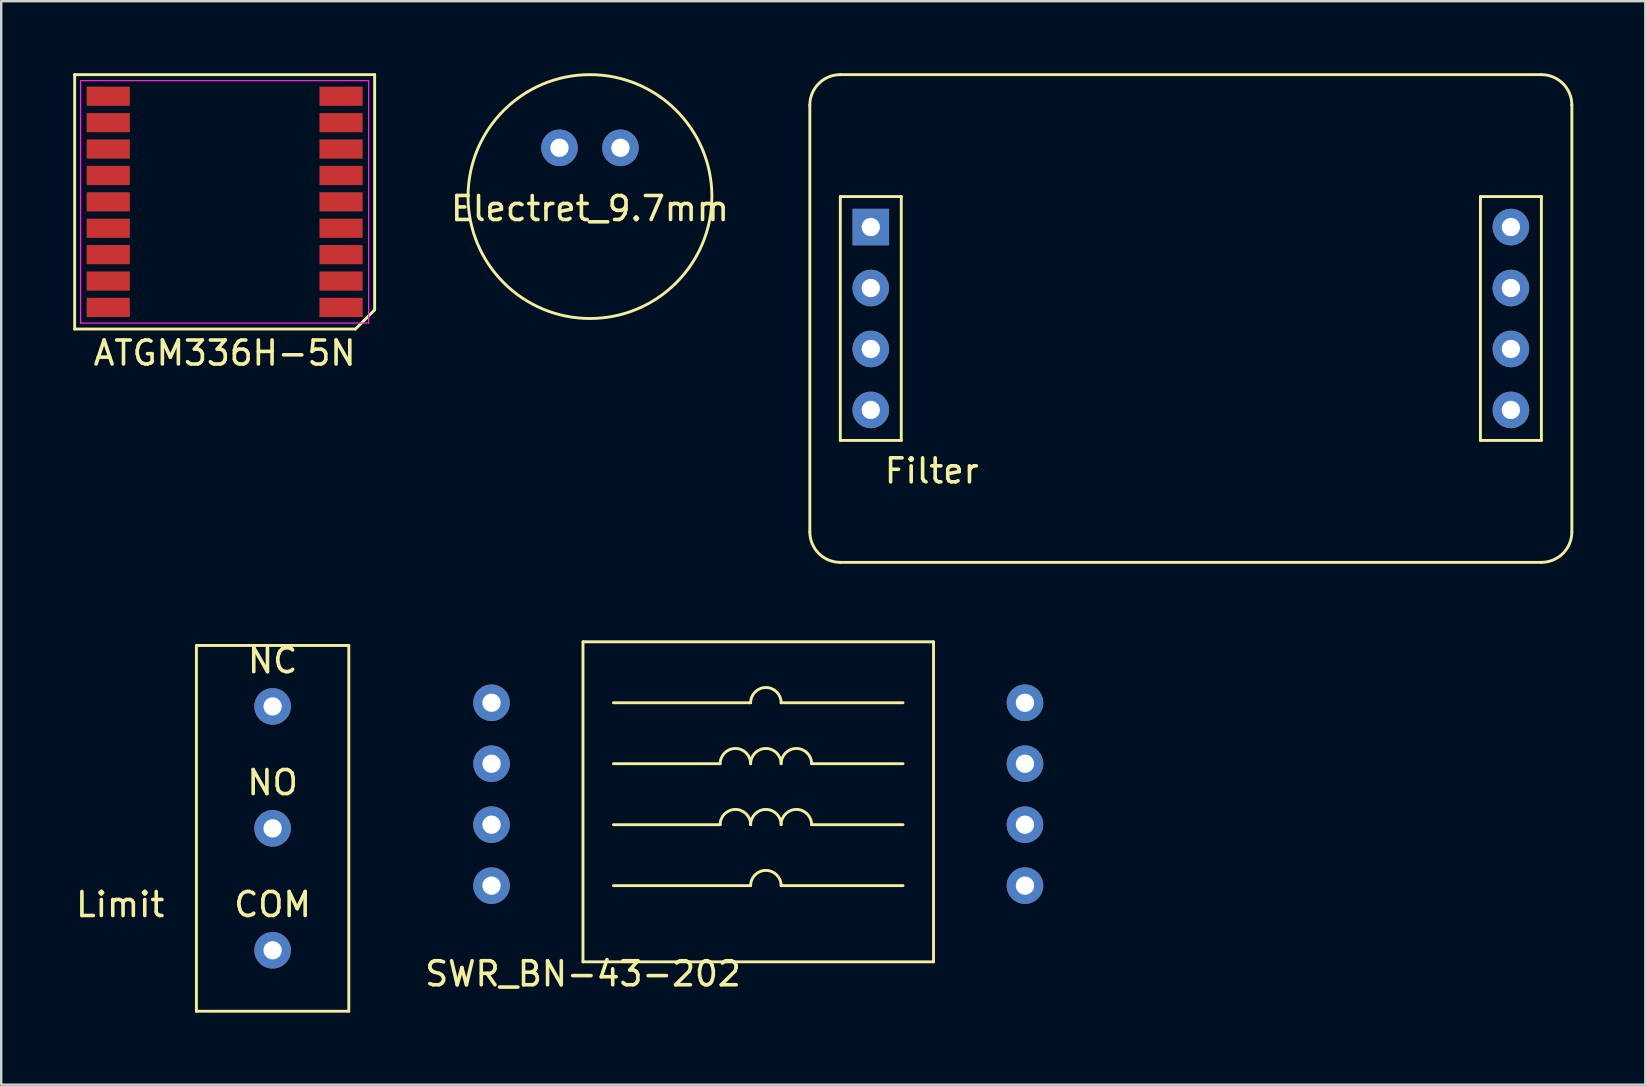
<source format=kicad_pcb>
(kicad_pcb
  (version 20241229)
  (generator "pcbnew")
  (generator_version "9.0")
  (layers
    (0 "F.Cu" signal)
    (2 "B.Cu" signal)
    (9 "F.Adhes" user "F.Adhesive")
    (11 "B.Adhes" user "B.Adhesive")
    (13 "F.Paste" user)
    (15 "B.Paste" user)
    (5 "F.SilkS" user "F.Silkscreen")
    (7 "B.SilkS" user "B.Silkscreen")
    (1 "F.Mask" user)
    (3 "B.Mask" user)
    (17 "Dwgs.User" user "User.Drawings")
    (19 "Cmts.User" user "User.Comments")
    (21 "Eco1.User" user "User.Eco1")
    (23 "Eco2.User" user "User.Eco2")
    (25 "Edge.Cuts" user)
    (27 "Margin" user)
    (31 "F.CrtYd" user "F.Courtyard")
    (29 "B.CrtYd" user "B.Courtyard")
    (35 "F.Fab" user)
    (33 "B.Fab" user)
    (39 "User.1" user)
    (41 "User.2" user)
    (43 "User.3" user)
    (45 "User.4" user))
  (footprint "Filter"
    (layer "F.Cu")
    (at 30.691 20.38)
    (property "Reference" "Filter" (at 5.08 -3.81 0) (layer "F.SilkS") (effects (font (size 1 1) (thickness 0.15))))
    (attr through_hole)
    (fp_line (start 0 -1.27) (end 0 -19.05) (stroke (width 0.12) (type solid)) (layer "F.SilkS"))
    (fp_line (start 1.27 -20.32) (end 30.48 -20.32) (stroke (width 0.12) (type solid)) (layer "F.SilkS"))
    (fp_line (start 1.27 -15.24) (end 1.27 -5.08) (stroke (width 0.12) (type solid)) (layer "F.SilkS"))
    (fp_line (start 1.27 -15.24) (end 3.81 -15.24) (stroke (width 0.12) (type solid)) (layer "F.SilkS"))
    (fp_line (start 3.81 -15.24) (end 3.81 -5.08) (stroke (width 0.12) (type solid)) (layer "F.SilkS"))
    (fp_line (start 3.81 -5.08) (end 1.27 -5.08) (stroke (width 0.12) (type solid)) (layer "F.SilkS"))
    (fp_line (start 27.94 -15.24) (end 30.48 -15.24) (stroke (width 0.12) (type solid)) (layer "F.SilkS"))
    (fp_line (start 27.94 -5.08) (end 27.94 -15.24) (stroke (width 0.12) (type solid)) (layer "F.SilkS"))
    (fp_line (start 30.48 -15.24) (end 30.48 -5.08) (stroke (width 0.12) (type solid)) (layer "F.SilkS"))
    (fp_line (start 30.48 -5.08) (end 27.94 -5.08) (stroke (width 0.12) (type solid)) (layer "F.SilkS"))
    (fp_line (start 30.48 0) (end 1.27 0) (stroke (width 0.12) (type solid)) (layer "F.SilkS"))
    (fp_line (start 31.75 -19.05) (end 31.75 -1.27) (stroke (width 0.12) (type solid)) (layer "F.SilkS"))
    (fp_arc (start 0 -19.05) (mid 0.371974 -19.948026) (end 1.27 -20.32) (stroke (width 0.12) (type solid)) (layer "F.SilkS"))
    (fp_arc (start 1.27 0) (mid 0.371974 -0.371974) (end 0 -1.27) (stroke (width 0.12) (type solid)) (layer "F.SilkS"))
    (fp_arc (start 30.48 -20.32) (mid 31.378026 -19.948026) (end 31.75 -19.05) (stroke (width 0.12) (type solid)) (layer "F.SilkS"))
    (fp_arc (start 31.75 -1.27) (mid 31.378026 -0.371974) (end 30.48 0) (stroke (width 0.12) (type solid)) (layer "F.SilkS"))
    (pad "1" thru_hole rect (at 2.54 -13.97) (size 1.524 1.524) (drill 0.762) (layers "*.Cu" "*.Mask"))
    (pad "2" thru_hole circle (at 29.21 -13.97) (size 1.524 1.524) (drill 0.762) (layers "*.Cu" "*.Mask"))
    (pad "3" thru_hole circle (at 2.54 -11.43) (size 1.524 1.524) (drill 0.762) (layers "*.Cu" "*.Mask"))
    (pad "3" thru_hole circle (at 2.54 -8.89) (size 1.524 1.524) (drill 0.762) (layers "*.Cu" "*.Mask"))
    (pad "3" thru_hole circle (at 2.54 -6.35) (size 1.524 1.524) (drill 0.762) (layers "*.Cu" "*.Mask"))
    (pad "3" thru_hole circle (at 29.21 -11.43) (size 1.524 1.524) (drill 0.762) (layers "*.Cu" "*.Mask"))
    (pad "3" thru_hole circle (at 29.21 -8.89) (size 1.524 1.524) (drill 0.762) (layers "*.Cu" "*.Mask"))
    (pad "3" thru_hole circle (at 29.21 -6.35) (size 1.524 1.524) (drill 0.762) (layers "*.Cu" "*.Mask")))
  (footprint "ATGM336H-5N"
    (layer "F.Cu")
    (at 6.183 5.741)
    (property "Reference" "ATGM336H-5N" (at 0.127 5.919 180) (layer "F.SilkS") (effects (font (size 1 1) (thickness 0.15))))
    (attr smd)
    (fp_line (start -6.123 -5.681) (end 6.377 -5.681) (stroke (width 0.12) (type solid)) (layer "F.SilkS"))
    (fp_line (start -6.123 4.919) (end -6.123 -5.681) (stroke (width 0.12) (type solid)) (layer "F.SilkS"))
    (fp_line (start 5.577 4.919) (end -6.123 4.919) (stroke (width 0.12) (type solid)) (layer "F.SilkS"))
    (fp_line (start 6.377 -5.681) (end 6.377 4.119) (stroke (width 0.12) (type solid)) (layer "F.SilkS"))
    (fp_line (start 6.377 4.119) (end 5.577 4.919) (stroke (width 0.12) (type solid)) (layer "F.SilkS"))
    (fp_line (start -5.873 -5.431) (end 6.127 -5.431) (stroke (width 0.05) (type solid)) (layer "F.CrtYd"))
    (fp_line (start -5.873 4.669) (end -5.873 -5.431) (stroke (width 0.05) (type solid)) (layer "F.CrtYd"))
    (fp_line (start 6.127 -5.431) (end 6.127 4.669) (stroke (width 0.05) (type solid)) (layer "F.CrtYd"))
    (fp_line (start 6.127 4.669) (end -5.873 4.669) (stroke (width 0.05) (type solid)) (layer "F.CrtYd"))
    (pad "1" smd rect (at 4.977 4.019 90) (size 0.8 1.8) (layers "F.Cu" "F.Mask" "F.Paste"))
    (pad "2" smd rect (at 4.977 2.919 90) (size 0.8 1.8) (layers "F.Cu" "F.Mask" "F.Paste"))
    (pad "3" smd rect (at 4.977 1.819 90) (size 0.8 1.8) (layers "F.Cu" "F.Mask" "F.Paste"))
    (pad "4" smd rect (at 4.977 0.719 90) (size 0.8 1.8) (layers "F.Cu" "F.Mask" "F.Paste"))
    (pad "5" smd rect (at 4.977 -0.381 90) (size 0.8 1.8) (layers "F.Cu" "F.Mask" "F.Paste"))
    (pad "6" smd rect (at 4.977 -1.481 90) (size 0.8 1.8) (layers "F.Cu" "F.Mask" "F.Paste"))
    (pad "7" smd rect (at 4.977 -2.581 90) (size 0.8 1.8) (layers "F.Cu" "F.Mask" "F.Paste"))
    (pad "8" smd rect (at 4.977 -3.681 90) (size 0.8 1.8) (layers "F.Cu" "F.Mask" "F.Paste"))
    (pad "9" smd rect (at 4.977 -4.781 90) (size 0.8 1.8) (layers "F.Cu" "F.Mask" "F.Paste"))
    (pad "10" smd rect (at -4.723 -4.781 90) (size 0.8 1.8) (layers "F.Cu" "F.Mask" "F.Paste"))
    (pad "11" smd rect (at -4.723 -3.681 90) (size 0.8 1.8) (layers "F.Cu" "F.Mask" "F.Paste"))
    (pad "12" smd rect (at -4.723 -2.581 90) (size 0.8 1.8) (layers "F.Cu" "F.Mask" "F.Paste"))
    (pad "13" smd rect (at -4.723 -1.481 90) (size 0.8 1.8) (layers "F.Cu" "F.Mask" "F.Paste"))
    (pad "14" smd rect (at -4.723 -0.381 90) (size 0.8 1.8) (layers "F.Cu" "F.Mask" "F.Paste"))
    (pad "15" smd rect (at -4.723 0.719 90) (size 0.8 1.8) (layers "F.Cu" "F.Mask" "F.Paste"))
    (pad "16" smd rect (at -4.723 1.819 90) (size 0.8 1.8) (layers "F.Cu" "F.Mask" "F.Paste"))
    (pad "17" smd rect (at -4.723 2.919 90) (size 0.8 1.8) (layers "F.Cu" "F.Mask" "F.Paste"))
    (pad "18" smd rect (at -4.723 4.019 90) (size 0.8 1.8) (layers "F.Cu" "F.Mask" "F.Paste")))
  (footprint "Electret_9.7mm"
    (layer "F.Cu")
    (at 21.531 5.14)
    (property "Reference" "Electret_9.7mm" (at 0 0.5 0) (layer "F.SilkS") (effects (font (size 1 1) (thickness 0.15))))
    (attr through_hole)
    (fp_circle (center 0 0) (end 5.08 0) (stroke (width 0.12) (type solid)) (fill no) (layer "F.SilkS"))
    (pad "1" thru_hole circle (at -1.27 -2.032) (size 1.524 1.524) (drill 0.762) (layers "*.Cu" "*.Mask"))
    (pad "2" thru_hole circle (at 1.27 -2.032) (size 1.524 1.524) (drill 0.762) (layers "*.Cu" "*.Mask")))
  (footprint "SWR_BN-43-202"
    (layer "F.Cu")
    (at 21.24 37.025)
    (property "Reference" "SWR_BN-43-202" (at 0 0.5 0) (layer "F.SilkS") (effects (font (size 1 1) (thickness 0.15))))
    (attr through_hole)
    (fp_line (start 0 -13.335) (end 0 0) (stroke (width 0.12) (type solid)) (layer "F.SilkS"))
    (fp_line (start 0 0) (end 14.605 0) (stroke (width 0.12) (type solid)) (layer "F.SilkS"))
    (fp_line (start 1.27 -10.795) (end 6.985 -10.795) (stroke (width 0.12) (type solid)) (layer "F.SilkS"))
    (fp_line (start 1.27 -8.255) (end 5.715 -8.255) (stroke (width 0.12) (type solid)) (layer "F.SilkS"))
    (fp_line (start 1.27 -5.715) (end 5.715 -5.715) (stroke (width 0.12) (type solid)) (layer "F.SilkS"))
    (fp_line (start 1.27 -3.175) (end 6.985 -3.175) (stroke (width 0.12) (type solid)) (layer "F.SilkS"))
    (fp_line (start 8.255 -10.795) (end 13.335 -10.795) (stroke (width 0.12) (type solid)) (layer "F.SilkS"))
    (fp_line (start 8.255 -3.175) (end 13.335 -3.175) (stroke (width 0.12) (type solid)) (layer "F.SilkS"))
    (fp_line (start 9.525 -8.255) (end 13.335 -8.255) (stroke (width 0.12) (type solid)) (layer "F.SilkS"))
    (fp_line (start 9.525 -5.715) (end 13.335 -5.715) (stroke (width 0.12) (type solid)) (layer "F.SilkS"))
    (fp_line (start 14.605 -13.335) (end 0 -13.335) (stroke (width 0.12) (type solid)) (layer "F.SilkS"))
    (fp_line (start 14.605 0) (end 14.605 -13.335) (stroke (width 0.12) (type solid)) (layer "F.SilkS"))
    (fp_arc (start 5.715 -8.255) (mid 6.35 -8.89) (end 6.985 -8.255) (stroke (width 0.12) (type solid)) (layer "F.SilkS"))
    (fp_arc (start 5.715 -5.715) (mid 6.35 -6.35) (end 6.985 -5.715) (stroke (width 0.12) (type solid)) (layer "F.SilkS"))
    (fp_arc (start 6.985 -10.795) (mid 7.62 -11.43) (end 8.255 -10.795) (stroke (width 0.12) (type solid)) (layer "F.SilkS"))
    (fp_arc (start 6.985 -8.255) (mid 7.62 -8.89) (end 8.255 -8.255) (stroke (width 0.12) (type solid)) (layer "F.SilkS"))
    (fp_arc (start 6.985 -5.715) (mid 7.62 -6.35) (end 8.255 -5.715) (stroke (width 0.12) (type solid)) (layer "F.SilkS"))
    (fp_arc (start 6.985 -3.175) (mid 7.62 -3.81) (end 8.255 -3.175) (stroke (width 0.12) (type solid)) (layer "F.SilkS"))
    (fp_arc (start 8.255 -8.255) (mid 8.89 -8.89) (end 9.525 -8.255) (stroke (width 0.12) (type solid)) (layer "F.SilkS"))
    (fp_arc (start 8.255 -5.715) (mid 8.89 -6.35) (end 9.525 -5.715) (stroke (width 0.12) (type solid)) (layer "F.SilkS"))
    (pad "1" thru_hole circle (at -3.81 -10.795) (size 1.524 1.524) (drill 0.762) (layers "*.Cu" "*.Mask"))
    (pad "1" thru_hole circle (at -3.81 -5.715) (size 1.524 1.524) (drill 0.762) (layers "*.Cu" "*.Mask"))
    (pad "2" thru_hole circle (at -3.81 -8.255) (size 1.524 1.524) (drill 0.762) (layers "*.Cu" "*.Mask"))
    (pad "2" thru_hole circle (at -3.81 -3.175) (size 1.524 1.524) (drill 0.762) (layers "*.Cu" "*.Mask"))
    (pad "3" thru_hole circle (at 18.415 -10.795) (size 1.524 1.524) (drill 0.762) (layers "*.Cu" "*.Mask"))
    (pad "4" thru_hole circle (at 18.415 -8.255) (size 1.524 1.524) (drill 0.762) (layers "*.Cu" "*.Mask"))
    (pad "4" thru_hole circle (at 18.415 -5.715) (size 1.524 1.524) (drill 0.762) (layers "*.Cu" "*.Mask"))
    (pad "5" thru_hole circle (at 18.415 -3.175) (size 1.524 1.524) (drill 0.762) (layers "*.Cu" "*.Mask")))
  (footprint "Limit"
    (layer "F.Cu")
    (at 8.308 36.543)
    (property "Reference" "Limit" (at -6.35 -1.905 0) (layer "F.SilkS") (effects (font (size 1 1) (thickness 0.15))))
    (attr through_hole)
    (fp_line (start -3.175 -12.7) (end -3.175 2.54) (stroke (width 0.12) (type solid)) (layer "F.SilkS"))
    (fp_line (start -3.175 2.54) (end 3.175 2.54) (stroke (width 0.12) (type solid)) (layer "F.SilkS"))
    (fp_line (start 3.175 -12.7) (end -3.175 -12.7) (stroke (width 0.12) (type solid)) (layer "F.SilkS"))
    (fp_line (start 3.175 2.54) (end 3.175 -12.7) (stroke (width 0.12) (type solid)) (layer "F.SilkS"))
    (fp_text user "COM" (at 0 -1.905 0) (layer "F.SilkS") (effects (font (size 1 1) (thickness 0.15))))
    (fp_text user "NC" (at 0 -12.065 0) (layer "F.SilkS") (effects (font (size 1 1) (thickness 0.15))))
    (fp_text user "NO" (at 0 -6.985 0) (layer "F.SilkS") (effects (font (size 1 1) (thickness 0.15))))
    (pad "1" thru_hole circle (at 0 0) (size 1.524 1.524) (drill 0.762) (layers "*.Cu" "*.Mask"))
    (pad "2" thru_hole circle (at 0 -5.08) (size 1.524 1.524) (drill 0.762) (layers "*.Cu" "*.Mask"))
    (pad "3" thru_hole circle (at 0 -10.16) (size 1.524 1.524) (drill 0.762) (layers "*.Cu" "*.Mask")))
  (gr_rect
    (start -3 -3)
    (end 65.501 42.143)
    (stroke (width 0.1) (type default))
    (fill no)
    (layer "Edge.Cuts")))
</source>
